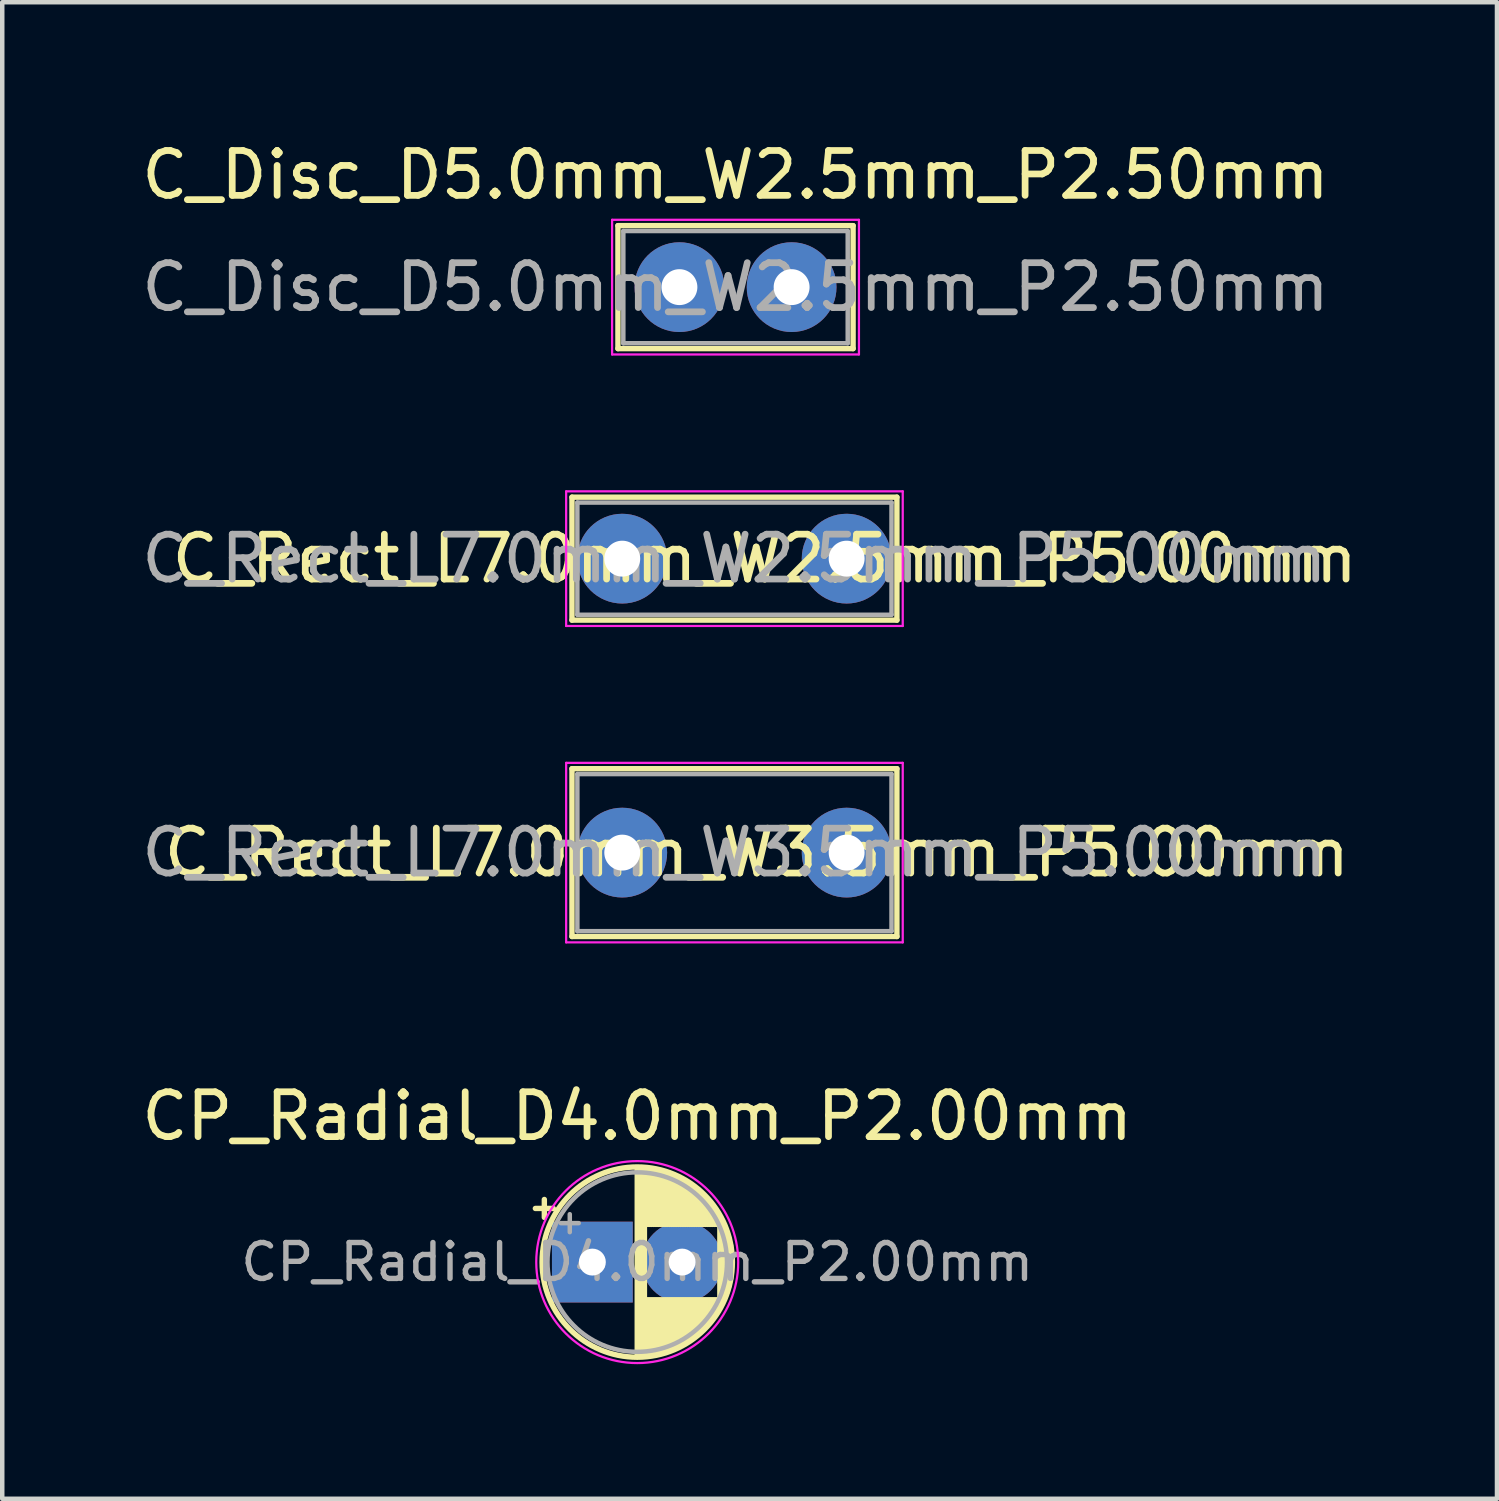
<source format=kicad_pcb>
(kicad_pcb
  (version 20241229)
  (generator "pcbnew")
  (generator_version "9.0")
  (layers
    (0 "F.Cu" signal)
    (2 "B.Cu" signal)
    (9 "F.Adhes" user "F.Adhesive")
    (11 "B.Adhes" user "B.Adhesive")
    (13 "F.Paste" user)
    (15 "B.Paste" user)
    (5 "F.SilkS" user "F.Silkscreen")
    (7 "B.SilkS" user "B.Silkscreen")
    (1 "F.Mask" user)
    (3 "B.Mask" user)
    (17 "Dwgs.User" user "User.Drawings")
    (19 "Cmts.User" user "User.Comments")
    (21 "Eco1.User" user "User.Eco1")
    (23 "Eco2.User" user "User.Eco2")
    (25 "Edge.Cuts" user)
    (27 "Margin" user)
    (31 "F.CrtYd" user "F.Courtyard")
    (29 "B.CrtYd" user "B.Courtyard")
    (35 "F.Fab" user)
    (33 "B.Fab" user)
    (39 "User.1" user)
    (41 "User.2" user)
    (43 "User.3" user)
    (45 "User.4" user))
  (footprint "CP_Radial_D4.0mm_P2.00mm"
    (layer "F.Cu")
    (at 10.149 25.072)
    (property "Reference" "CP_Radial_D4.0mm_P2.00mm" (at 1 -3.25 0) (layer "F.SilkS") (effects (font (size 1 1) (thickness 0.15))))
    (attr through_hole)
    (fp_line (start -1.27 -1.195) (end -0.87 -1.195) (stroke (width 0.12) (type solid)) (layer "F.SilkS"))
    (fp_line (start -1.07 -1.395) (end -1.07 -0.995) (stroke (width 0.12) (type solid)) (layer "F.SilkS"))
    (fp_line (start 1 -2.08) (end 1 2.08) (stroke (width 0.12) (type solid)) (layer "F.SilkS"))
    (fp_line (start 1.04 -2.08) (end 1.04 2.08) (stroke (width 0.12) (type solid)) (layer "F.SilkS"))
    (fp_line (start 1.08 -2.079) (end 1.08 2.079) (stroke (width 0.12) (type solid)) (layer "F.SilkS"))
    (fp_line (start 1.12 -2.077) (end 1.12 2.077) (stroke (width 0.12) (type solid)) (layer "F.SilkS"))
    (fp_line (start 1.16 -2.074) (end 1.16 2.074) (stroke (width 0.12) (type solid)) (layer "F.SilkS"))
    (fp_line (start 1.2 -2.071) (end 1.2 -0.84) (stroke (width 0.12) (type solid)) (layer "F.SilkS"))
    (fp_line (start 1.2 0.84) (end 1.2 2.071) (stroke (width 0.12) (type solid)) (layer "F.SilkS"))
    (fp_line (start 1.24 -2.067) (end 1.24 -0.84) (stroke (width 0.12) (type solid)) (layer "F.SilkS"))
    (fp_line (start 1.24 0.84) (end 1.24 2.067) (stroke (width 0.12) (type solid)) (layer "F.SilkS"))
    (fp_line (start 1.28 -2.062) (end 1.28 -0.84) (stroke (width 0.12) (type solid)) (layer "F.SilkS"))
    (fp_line (start 1.28 0.84) (end 1.28 2.062) (stroke (width 0.12) (type solid)) (layer "F.SilkS"))
    (fp_line (start 1.32 -2.056) (end 1.32 -0.84) (stroke (width 0.12) (type solid)) (layer "F.SilkS"))
    (fp_line (start 1.32 0.84) (end 1.32 2.056) (stroke (width 0.12) (type solid)) (layer "F.SilkS"))
    (fp_line (start 1.36 -2.05) (end 1.36 -0.84) (stroke (width 0.12) (type solid)) (layer "F.SilkS"))
    (fp_line (start 1.36 0.84) (end 1.36 2.05) (stroke (width 0.12) (type solid)) (layer "F.SilkS"))
    (fp_line (start 1.4 -2.042) (end 1.4 -0.84) (stroke (width 0.12) (type solid)) (layer "F.SilkS"))
    (fp_line (start 1.4 0.84) (end 1.4 2.042) (stroke (width 0.12) (type solid)) (layer "F.SilkS"))
    (fp_line (start 1.44 -2.034) (end 1.44 -0.84) (stroke (width 0.12) (type solid)) (layer "F.SilkS"))
    (fp_line (start 1.44 0.84) (end 1.44 2.034) (stroke (width 0.12) (type solid)) (layer "F.SilkS"))
    (fp_line (start 1.48 -2.025) (end 1.48 -0.84) (stroke (width 0.12) (type solid)) (layer "F.SilkS"))
    (fp_line (start 1.48 0.84) (end 1.48 2.025) (stroke (width 0.12) (type solid)) (layer "F.SilkS"))
    (fp_line (start 1.52 -2.016) (end 1.52 -0.84) (stroke (width 0.12) (type solid)) (layer "F.SilkS"))
    (fp_line (start 1.52 0.84) (end 1.52 2.016) (stroke (width 0.12) (type solid)) (layer "F.SilkS"))
    (fp_line (start 1.56 -2.005) (end 1.56 -0.84) (stroke (width 0.12) (type solid)) (layer "F.SilkS"))
    (fp_line (start 1.56 0.84) (end 1.56 2.005) (stroke (width 0.12) (type solid)) (layer "F.SilkS"))
    (fp_line (start 1.6 -1.994) (end 1.6 -0.84) (stroke (width 0.12) (type solid)) (layer "F.SilkS"))
    (fp_line (start 1.6 0.84) (end 1.6 1.994) (stroke (width 0.12) (type solid)) (layer "F.SilkS"))
    (fp_line (start 1.64 -1.982) (end 1.64 -0.84) (stroke (width 0.12) (type solid)) (layer "F.SilkS"))
    (fp_line (start 1.64 0.84) (end 1.64 1.982) (stroke (width 0.12) (type solid)) (layer "F.SilkS"))
    (fp_line (start 1.68 -1.968) (end 1.68 -0.84) (stroke (width 0.12) (type solid)) (layer "F.SilkS"))
    (fp_line (start 1.68 0.84) (end 1.68 1.968) (stroke (width 0.12) (type solid)) (layer "F.SilkS"))
    (fp_line (start 1.721 -1.954) (end 1.721 -0.84) (stroke (width 0.12) (type solid)) (layer "F.SilkS"))
    (fp_line (start 1.721 0.84) (end 1.721 1.954) (stroke (width 0.12) (type solid)) (layer "F.SilkS"))
    (fp_line (start 1.761 -1.94) (end 1.761 -0.84) (stroke (width 0.12) (type solid)) (layer "F.SilkS"))
    (fp_line (start 1.761 0.84) (end 1.761 1.94) (stroke (width 0.12) (type solid)) (layer "F.SilkS"))
    (fp_line (start 1.801 -1.924) (end 1.801 -0.84) (stroke (width 0.12) (type solid)) (layer "F.SilkS"))
    (fp_line (start 1.801 0.84) (end 1.801 1.924) (stroke (width 0.12) (type solid)) (layer "F.SilkS"))
    (fp_line (start 1.841 -1.907) (end 1.841 -0.84) (stroke (width 0.12) (type solid)) (layer "F.SilkS"))
    (fp_line (start 1.841 0.84) (end 1.841 1.907) (stroke (width 0.12) (type solid)) (layer "F.SilkS"))
    (fp_line (start 1.881 -1.889) (end 1.881 -0.84) (stroke (width 0.12) (type solid)) (layer "F.SilkS"))
    (fp_line (start 1.881 0.84) (end 1.881 1.889) (stroke (width 0.12) (type solid)) (layer "F.SilkS"))
    (fp_line (start 1.921 -1.87) (end 1.921 -0.84) (stroke (width 0.12) (type solid)) (layer "F.SilkS"))
    (fp_line (start 1.921 0.84) (end 1.921 1.87) (stroke (width 0.12) (type solid)) (layer "F.SilkS"))
    (fp_line (start 1.961 -1.851) (end 1.961 -0.84) (stroke (width 0.12) (type solid)) (layer "F.SilkS"))
    (fp_line (start 1.961 0.84) (end 1.961 1.851) (stroke (width 0.12) (type solid)) (layer "F.SilkS"))
    (fp_line (start 2.001 -1.83) (end 2.001 -0.84) (stroke (width 0.12) (type solid)) (layer "F.SilkS"))
    (fp_line (start 2.001 0.84) (end 2.001 1.83) (stroke (width 0.12) (type solid)) (layer "F.SilkS"))
    (fp_line (start 2.041 -1.808) (end 2.041 -0.84) (stroke (width 0.12) (type solid)) (layer "F.SilkS"))
    (fp_line (start 2.041 0.84) (end 2.041 1.808) (stroke (width 0.12) (type solid)) (layer "F.SilkS"))
    (fp_line (start 2.081 -1.785) (end 2.081 -0.84) (stroke (width 0.12) (type solid)) (layer "F.SilkS"))
    (fp_line (start 2.081 0.84) (end 2.081 1.785) (stroke (width 0.12) (type solid)) (layer "F.SilkS"))
    (fp_line (start 2.121 -1.76) (end 2.121 -0.84) (stroke (width 0.12) (type solid)) (layer "F.SilkS"))
    (fp_line (start 2.121 0.84) (end 2.121 1.76) (stroke (width 0.12) (type solid)) (layer "F.SilkS"))
    (fp_line (start 2.161 -1.735) (end 2.161 -0.84) (stroke (width 0.12) (type solid)) (layer "F.SilkS"))
    (fp_line (start 2.161 0.84) (end 2.161 1.735) (stroke (width 0.12) (type solid)) (layer "F.SilkS"))
    (fp_line (start 2.201 -1.708) (end 2.201 -0.84) (stroke (width 0.12) (type solid)) (layer "F.SilkS"))
    (fp_line (start 2.201 0.84) (end 2.201 1.708) (stroke (width 0.12) (type solid)) (layer "F.SilkS"))
    (fp_line (start 2.241 -1.68) (end 2.241 -0.84) (stroke (width 0.12) (type solid)) (layer "F.SilkS"))
    (fp_line (start 2.241 0.84) (end 2.241 1.68) (stroke (width 0.12) (type solid)) (layer "F.SilkS"))
    (fp_line (start 2.281 -1.65) (end 2.281 -0.84) (stroke (width 0.12) (type solid)) (layer "F.SilkS"))
    (fp_line (start 2.281 0.84) (end 2.281 1.65) (stroke (width 0.12) (type solid)) (layer "F.SilkS"))
    (fp_line (start 2.321 -1.619) (end 2.321 -0.84) (stroke (width 0.12) (type solid)) (layer "F.SilkS"))
    (fp_line (start 2.321 0.84) (end 2.321 1.619) (stroke (width 0.12) (type solid)) (layer "F.SilkS"))
    (fp_line (start 2.361 -1.587) (end 2.361 -0.84) (stroke (width 0.12) (type solid)) (layer "F.SilkS"))
    (fp_line (start 2.361 0.84) (end 2.361 1.587) (stroke (width 0.12) (type solid)) (layer "F.SilkS"))
    (fp_line (start 2.401 -1.552) (end 2.401 -0.84) (stroke (width 0.12) (type solid)) (layer "F.SilkS"))
    (fp_line (start 2.401 0.84) (end 2.401 1.552) (stroke (width 0.12) (type solid)) (layer "F.SilkS"))
    (fp_line (start 2.441 -1.516) (end 2.441 -0.84) (stroke (width 0.12) (type solid)) (layer "F.SilkS"))
    (fp_line (start 2.441 0.84) (end 2.441 1.516) (stroke (width 0.12) (type solid)) (layer "F.SilkS"))
    (fp_line (start 2.481 -1.478) (end 2.481 -0.84) (stroke (width 0.12) (type solid)) (layer "F.SilkS"))
    (fp_line (start 2.481 0.84) (end 2.481 1.478) (stroke (width 0.12) (type solid)) (layer "F.SilkS"))
    (fp_line (start 2.521 -1.438) (end 2.521 -0.84) (stroke (width 0.12) (type solid)) (layer "F.SilkS"))
    (fp_line (start 2.521 0.84) (end 2.521 1.438) (stroke (width 0.12) (type solid)) (layer "F.SilkS"))
    (fp_line (start 2.561 -1.396) (end 2.561 -0.84) (stroke (width 0.12) (type solid)) (layer "F.SilkS"))
    (fp_line (start 2.561 0.84) (end 2.561 1.396) (stroke (width 0.12) (type solid)) (layer "F.SilkS"))
    (fp_line (start 2.601 -1.351) (end 2.601 -0.84) (stroke (width 0.12) (type solid)) (layer "F.SilkS"))
    (fp_line (start 2.601 0.84) (end 2.601 1.351) (stroke (width 0.12) (type solid)) (layer "F.SilkS"))
    (fp_line (start 2.641 -1.304) (end 2.641 -0.84) (stroke (width 0.12) (type solid)) (layer "F.SilkS"))
    (fp_line (start 2.641 0.84) (end 2.641 1.304) (stroke (width 0.12) (type solid)) (layer "F.SilkS"))
    (fp_line (start 2.681 -1.254) (end 2.681 -0.84) (stroke (width 0.12) (type solid)) (layer "F.SilkS"))
    (fp_line (start 2.681 0.84) (end 2.681 1.254) (stroke (width 0.12) (type solid)) (layer "F.SilkS"))
    (fp_line (start 2.721 -1.2) (end 2.721 -0.84) (stroke (width 0.12) (type solid)) (layer "F.SilkS"))
    (fp_line (start 2.721 0.84) (end 2.721 1.2) (stroke (width 0.12) (type solid)) (layer "F.SilkS"))
    (fp_line (start 2.761 -1.142) (end 2.761 -0.84) (stroke (width 0.12) (type solid)) (layer "F.SilkS"))
    (fp_line (start 2.761 0.84) (end 2.761 1.142) (stroke (width 0.12) (type solid)) (layer "F.SilkS"))
    (fp_line (start 2.801 -1.08) (end 2.801 -0.84) (stroke (width 0.12) (type solid)) (layer "F.SilkS"))
    (fp_line (start 2.801 0.84) (end 2.801 1.08) (stroke (width 0.12) (type solid)) (layer "F.SilkS"))
    (fp_line (start 2.841 -1.013) (end 2.841 1.013) (stroke (width 0.12) (type solid)) (layer "F.SilkS"))
    (fp_line (start 2.881 -0.94) (end 2.881 0.94) (stroke (width 0.12) (type solid)) (layer "F.SilkS"))
    (fp_line (start 2.921 -0.859) (end 2.921 0.859) (stroke (width 0.12) (type solid)) (layer "F.SilkS"))
    (fp_line (start 2.961 -0.768) (end 2.961 0.768) (stroke (width 0.12) (type solid)) (layer "F.SilkS"))
    (fp_line (start 3.001 -0.664) (end 3.001 0.664) (stroke (width 0.12) (type solid)) (layer "F.SilkS"))
    (fp_line (start 3.041 -0.537) (end 3.041 0.537) (stroke (width 0.12) (type solid)) (layer "F.SilkS"))
    (fp_line (start 3.081 -0.37) (end 3.081 0.37) (stroke (width 0.12) (type solid)) (layer "F.SilkS"))
    (fp_circle (center 1 0) (end 3.12 0) (stroke (width 0.12) (type solid)) (fill no) (layer "F.SilkS"))
    (fp_circle (center 1 0) (end 3.25 0) (stroke (width 0.05) (type solid)) (fill no) (layer "F.CrtYd"))
    (fp_line (start -0.703 -0.868) (end -0.303 -0.868) (stroke (width 0.1) (type solid)) (layer "F.Fab"))
    (fp_line (start -0.503 -1.067) (end -0.503 -0.667) (stroke (width 0.1) (type solid)) (layer "F.Fab"))
    (fp_circle (center 1 0) (end 3 0) (stroke (width 0.1) (type solid)) (fill no) (layer "F.Fab"))
    (fp_text user "${REFERENCE}" (at 1 0 0) (layer "F.Fab") (effects (font (size 0.8 0.8) (thickness 0.12))))
    (pad "1" thru_hole rect (at 0 0) (size 1.8 1.8) (drill 0.6) (layers "*.Cu" "*.Mask"))
    (pad "2" thru_hole circle (at 2 0) (size 1.8 1.8) (drill 0.6) (layers "*.Cu" "*.Mask")))
  (footprint "C_Rect_L7.0mm_W3.5mm_P5.00mm"
    (layer "F.Cu")
    (at 10.815 15.948)
    (property "Reference" "C_Rect_L7.0mm_W3.5mm_P5.00mm" (at 3 0 0) (layer "F.SilkS") (effects (font (size 1 1) (thickness 0.15))))
    (attr through_hole)
    (fp_line (start -1.12 -1.87) (end -1.12 1.87) (stroke (width 0.12) (type solid)) (layer "F.SilkS"))
    (fp_line (start -1.12 -1.87) (end 6.12 -1.87) (stroke (width 0.12) (type solid)) (layer "F.SilkS"))
    (fp_line (start -1.12 1.87) (end 6.12 1.87) (stroke (width 0.12) (type solid)) (layer "F.SilkS"))
    (fp_line (start 6.12 -1.87) (end 6.12 1.87) (stroke (width 0.12) (type solid)) (layer "F.SilkS"))
    (fp_line (start -1.25 -2) (end -1.25 2) (stroke (width 0.05) (type solid)) (layer "F.CrtYd"))
    (fp_line (start -1.25 2) (end 6.25 2) (stroke (width 0.05) (type solid)) (layer "F.CrtYd"))
    (fp_line (start 6.25 -2) (end -1.25 -2) (stroke (width 0.05) (type solid)) (layer "F.CrtYd"))
    (fp_line (start 6.25 2) (end 6.25 -2) (stroke (width 0.05) (type solid)) (layer "F.CrtYd"))
    (fp_line (start -1 -1.75) (end -1 1.75) (stroke (width 0.1) (type solid)) (layer "F.Fab"))
    (fp_line (start -1 1.75) (end 6 1.75) (stroke (width 0.1) (type solid)) (layer "F.Fab"))
    (fp_line (start 6 -1.75) (end -1 -1.75) (stroke (width 0.1) (type solid)) (layer "F.Fab"))
    (fp_line (start 6 1.75) (end 6 -1.75) (stroke (width 0.1) (type solid)) (layer "F.Fab"))
    (fp_text user "${REFERENCE}" (at 2.5 0 0) (layer "F.Fab") (effects (font (size 1 1) (thickness 0.15))))
    (pad "1" thru_hole circle (at 0 0) (size 2 2) (drill 0.8) (layers "*.Cu" "*.Mask"))
    (pad "2" thru_hole circle (at 5 0) (size 2 2) (drill 0.8) (layers "*.Cu" "*.Mask")))
  (footprint "C_Rect_L7.0mm_W2.5mm_P5.00mm"
    (layer "F.Cu")
    (at 10.815 9.398)
    (property "Reference" "C_Rect_L7.0mm_W2.5mm_P5.00mm" (at 3.175 0 0) (layer "F.SilkS") (effects (font (size 1 1) (thickness 0.15))))
    (attr through_hole)
    (fp_line (start -1.12 -1.37) (end -1.12 1.37) (stroke (width 0.12) (type solid)) (layer "F.SilkS"))
    (fp_line (start -1.12 -1.37) (end 6.12 -1.37) (stroke (width 0.12) (type solid)) (layer "F.SilkS"))
    (fp_line (start -1.12 1.37) (end 6.12 1.37) (stroke (width 0.12) (type solid)) (layer "F.SilkS"))
    (fp_line (start 6.12 -1.37) (end 6.12 1.37) (stroke (width 0.12) (type solid)) (layer "F.SilkS"))
    (fp_line (start -1.25 -1.5) (end -1.25 1.5) (stroke (width 0.05) (type solid)) (layer "F.CrtYd"))
    (fp_line (start -1.25 1.5) (end 6.25 1.5) (stroke (width 0.05) (type solid)) (layer "F.CrtYd"))
    (fp_line (start 6.25 -1.5) (end -1.25 -1.5) (stroke (width 0.05) (type solid)) (layer "F.CrtYd"))
    (fp_line (start 6.25 1.5) (end 6.25 -1.5) (stroke (width 0.05) (type solid)) (layer "F.CrtYd"))
    (fp_line (start -1 -1.25) (end -1 1.25) (stroke (width 0.1) (type solid)) (layer "F.Fab"))
    (fp_line (start -1 1.25) (end 6 1.25) (stroke (width 0.1) (type solid)) (layer "F.Fab"))
    (fp_line (start 6 -1.25) (end -1 -1.25) (stroke (width 0.1) (type solid)) (layer "F.Fab"))
    (fp_line (start 6 1.25) (end 6 -1.25) (stroke (width 0.1) (type solid)) (layer "F.Fab"))
    (fp_text user "${REFERENCE}" (at 2.5 0 0) (layer "F.Fab") (effects (font (size 1 1) (thickness 0.15))))
    (pad "1" thru_hole circle (at 0 0) (size 2 2) (drill 0.8) (layers "*.Cu" "*.Mask"))
    (pad "2" thru_hole circle (at 5 0) (size 2 2) (drill 0.8) (layers "*.Cu" "*.Mask")))
  (footprint "C_Disc_D5.0mm_W2.5mm_P2.50mm"
    (layer "F.Cu")
    (at 12.089 3.348)
    (property "Reference" "C_Disc_D5.0mm_W2.5mm_P2.50mm" (at 1.25 -2.5 0) (layer "F.SilkS") (effects (font (size 1 1) (thickness 0.15))))
    (attr through_hole)
    (fp_line (start -1.37 -1.37) (end -1.37 1.37) (stroke (width 0.12) (type solid)) (layer "F.SilkS"))
    (fp_line (start -1.37 -1.37) (end 3.87 -1.37) (stroke (width 0.12) (type solid)) (layer "F.SilkS"))
    (fp_line (start -1.37 1.37) (end 3.87 1.37) (stroke (width 0.12) (type solid)) (layer "F.SilkS"))
    (fp_line (start 3.87 -1.37) (end 3.87 1.37) (stroke (width 0.12) (type solid)) (layer "F.SilkS"))
    (fp_line (start -1.5 -1.5) (end -1.5 1.5) (stroke (width 0.05) (type solid)) (layer "F.CrtYd"))
    (fp_line (start -1.5 1.5) (end 4 1.5) (stroke (width 0.05) (type solid)) (layer "F.CrtYd"))
    (fp_line (start 4 -1.5) (end -1.5 -1.5) (stroke (width 0.05) (type solid)) (layer "F.CrtYd"))
    (fp_line (start 4 1.5) (end 4 -1.5) (stroke (width 0.05) (type solid)) (layer "F.CrtYd"))
    (fp_line (start -1.25 -1.25) (end -1.25 1.25) (stroke (width 0.1) (type solid)) (layer "F.Fab"))
    (fp_line (start -1.25 1.25) (end 3.75 1.25) (stroke (width 0.1) (type solid)) (layer "F.Fab"))
    (fp_line (start 3.75 -1.25) (end -1.25 -1.25) (stroke (width 0.1) (type solid)) (layer "F.Fab"))
    (fp_line (start 3.75 1.25) (end 3.75 -1.25) (stroke (width 0.1) (type solid)) (layer "F.Fab"))
    (fp_text user "${REFERENCE}" (at 1.25 0 0) (layer "F.Fab") (effects (font (size 1 1) (thickness 0.15))))
    (pad "1" thru_hole circle (at 0 0) (size 2 2) (drill 0.8) (layers "*.Cu" "*.Mask"))
    (pad "2" thru_hole circle (at 2.5 0) (size 2 2) (drill 0.8) (layers "*.Cu" "*.Mask")))
  (gr_rect
    (start -3 -3)
    (end 30.306 30.346)
    (stroke (width 0.1) (type default))
    (fill no)
    (layer "Edge.Cuts")))
</source>
